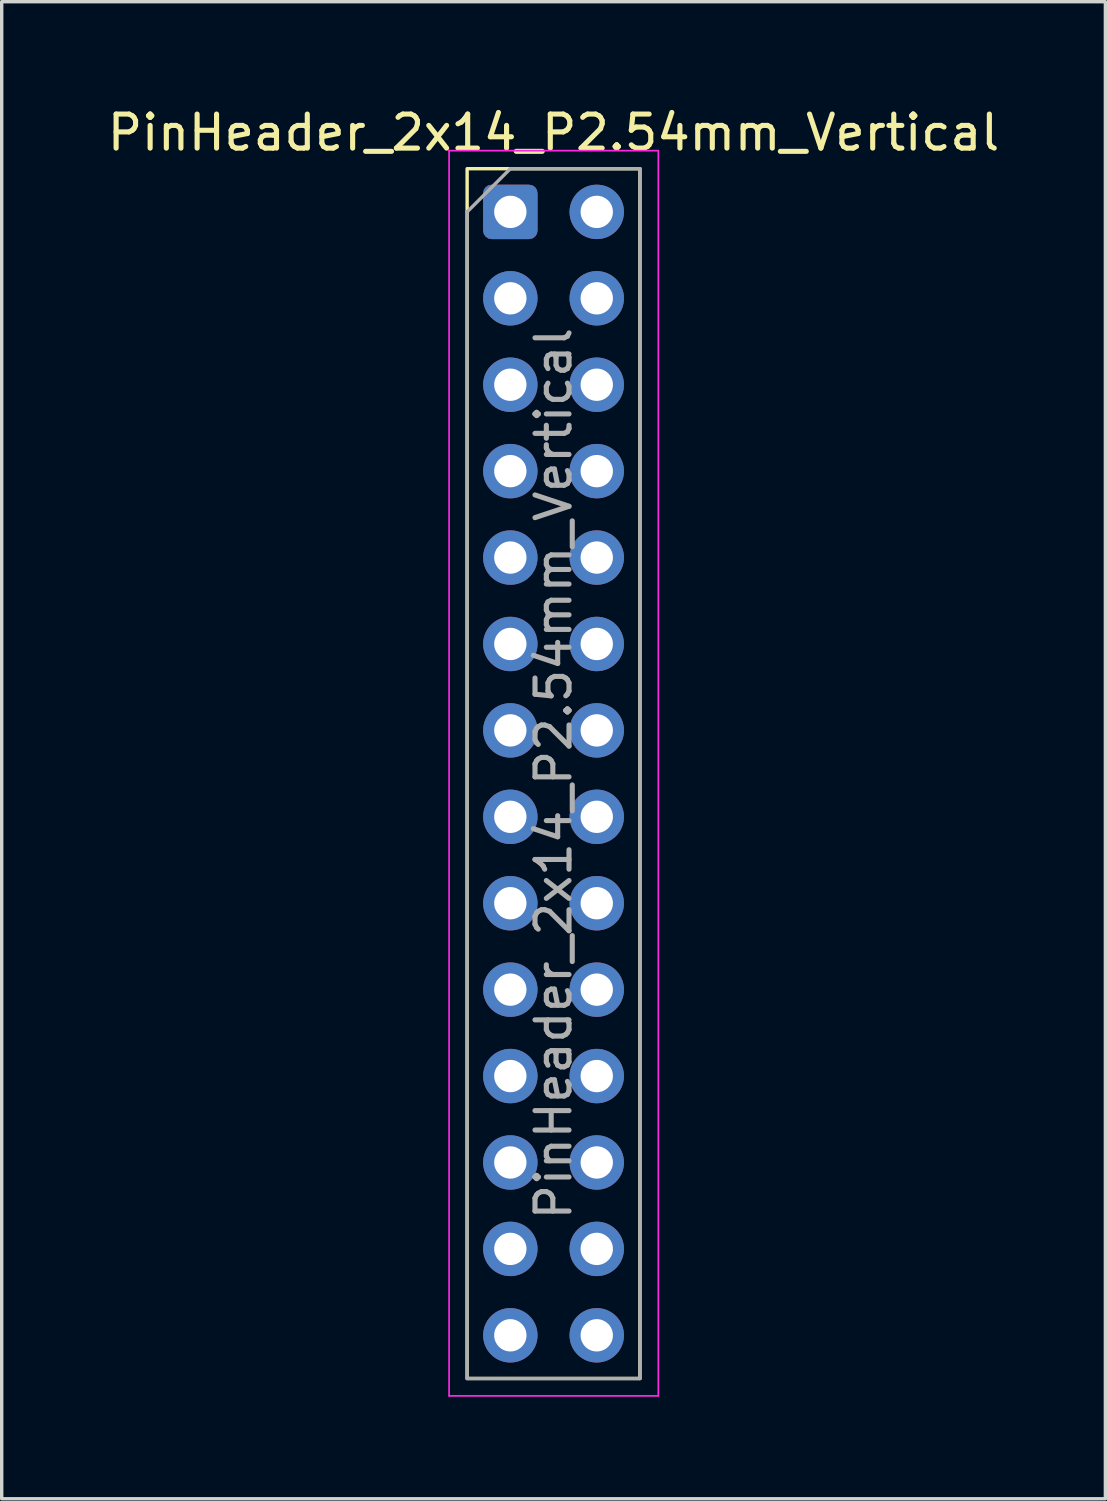
<source format=kicad_pcb>
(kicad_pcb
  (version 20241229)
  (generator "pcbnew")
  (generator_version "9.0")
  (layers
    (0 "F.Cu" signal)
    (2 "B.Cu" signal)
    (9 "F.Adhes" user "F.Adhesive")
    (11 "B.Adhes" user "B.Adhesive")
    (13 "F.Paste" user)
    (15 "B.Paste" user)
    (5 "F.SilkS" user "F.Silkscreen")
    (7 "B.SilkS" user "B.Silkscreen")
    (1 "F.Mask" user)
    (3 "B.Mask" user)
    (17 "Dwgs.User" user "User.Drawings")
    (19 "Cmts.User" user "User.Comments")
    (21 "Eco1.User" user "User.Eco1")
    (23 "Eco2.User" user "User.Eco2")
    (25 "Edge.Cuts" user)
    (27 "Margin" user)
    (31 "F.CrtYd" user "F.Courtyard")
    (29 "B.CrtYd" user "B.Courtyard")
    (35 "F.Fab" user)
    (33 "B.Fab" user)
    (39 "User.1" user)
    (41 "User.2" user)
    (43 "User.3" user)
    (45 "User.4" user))
  (footprint "PinHeader_2x14_P2.54mm_Vertical"
    (layer "F.Cu")
    (at 11.95 3.178)
    (property "Reference" "PinHeader_2x14_P2.54mm_Vertical" (at 1.27 -2.33 0) (layer "F.SilkS") (effects (font (size 1 1) (thickness 0.15))))
    (attr through_hole)
    (fp_rect (start -1.27 -1.27) (end 3.81 34.29) (stroke (width 0.1) (type default)) (fill no) (layer "F.SilkS"))
    (fp_line (start -1.8 -1.8) (end -1.8 34.8) (stroke (width 0.05) (type solid)) (layer "F.CrtYd"))
    (fp_line (start -1.8 34.8) (end 4.35 34.8) (stroke (width 0.05) (type solid)) (layer "F.CrtYd"))
    (fp_line (start 4.35 -1.8) (end -1.8 -1.8) (stroke (width 0.05) (type solid)) (layer "F.CrtYd"))
    (fp_line (start 4.35 34.8) (end 4.35 -1.8) (stroke (width 0.05) (type solid)) (layer "F.CrtYd"))
    (fp_line (start -1.27 0) (end 0 -1.27) (stroke (width 0.1) (type solid)) (layer "F.Fab"))
    (fp_line (start -1.27 34.29) (end -1.27 0) (stroke (width 0.1) (type solid)) (layer "F.Fab"))
    (fp_line (start 0 -1.27) (end 3.81 -1.27) (stroke (width 0.1) (type solid)) (layer "F.Fab"))
    (fp_line (start 3.81 -1.27) (end 3.81 34.29) (stroke (width 0.1) (type solid)) (layer "F.Fab"))
    (fp_line (start 3.81 34.29) (end -1.27 34.29) (stroke (width 0.1) (type solid)) (layer "F.Fab"))
    (fp_text user "${REFERENCE}" (at 1.27 16.51 90) (layer "F.Fab") (effects (font (size 1 1) (thickness 0.15))))
    (pad "1" thru_hole roundrect (at 0 0) (size 1.6 1.6) (drill 0.95) (layers "*.Cu" "*.Mask") (roundrect_rratio 0.156))
    (pad "2" thru_hole oval (at 2.54 0) (size 1.6 1.6) (drill 0.95) (layers "*.Cu" "*.Mask"))
    (pad "3" thru_hole oval (at 0 2.54) (size 1.6 1.6) (drill 0.95) (layers "*.Cu" "*.Mask"))
    (pad "4" thru_hole oval (at 2.54 2.54) (size 1.6 1.6) (drill 0.95) (layers "*.Cu" "*.Mask"))
    (pad "5" thru_hole oval (at 0 5.08) (size 1.6 1.6) (drill 0.95) (layers "*.Cu" "*.Mask"))
    (pad "6" thru_hole oval (at 2.54 5.08) (size 1.6 1.6) (drill 0.95) (layers "*.Cu" "*.Mask"))
    (pad "7" thru_hole oval (at 0 7.62) (size 1.6 1.6) (drill 0.95) (layers "*.Cu" "*.Mask"))
    (pad "8" thru_hole oval (at 2.54 7.62) (size 1.6 1.6) (drill 0.95) (layers "*.Cu" "*.Mask"))
    (pad "9" thru_hole oval (at 0 10.16) (size 1.6 1.6) (drill 0.95) (layers "*.Cu" "*.Mask"))
    (pad "10" thru_hole oval (at 2.54 10.16) (size 1.6 1.6) (drill 0.95) (layers "*.Cu" "*.Mask"))
    (pad "11" thru_hole oval (at 0 12.7) (size 1.6 1.6) (drill 0.95) (layers "*.Cu" "*.Mask"))
    (pad "12" thru_hole oval (at 2.54 12.7) (size 1.6 1.6) (drill 0.95) (layers "*.Cu" "*.Mask"))
    (pad "13" thru_hole oval (at 0 15.24) (size 1.6 1.6) (drill 0.95) (layers "*.Cu" "*.Mask"))
    (pad "14" thru_hole oval (at 2.54 15.24) (size 1.6 1.6) (drill 0.95) (layers "*.Cu" "*.Mask"))
    (pad "15" thru_hole oval (at 0 17.78) (size 1.6 1.6) (drill 0.95) (layers "*.Cu" "*.Mask"))
    (pad "16" thru_hole oval (at 2.54 17.78) (size 1.6 1.6) (drill 0.95) (layers "*.Cu" "*.Mask"))
    (pad "17" thru_hole oval (at 0 20.32) (size 1.6 1.6) (drill 0.95) (layers "*.Cu" "*.Mask"))
    (pad "18" thru_hole oval (at 2.54 20.32) (size 1.6 1.6) (drill 0.95) (layers "*.Cu" "*.Mask"))
    (pad "19" thru_hole oval (at 0 22.86) (size 1.6 1.6) (drill 0.95) (layers "*.Cu" "*.Mask"))
    (pad "20" thru_hole oval (at 2.54 22.86) (size 1.6 1.6) (drill 0.95) (layers "*.Cu" "*.Mask"))
    (pad "21" thru_hole oval (at 0 25.4) (size 1.6 1.6) (drill 0.95) (layers "*.Cu" "*.Mask"))
    (pad "22" thru_hole oval (at 2.54 25.4) (size 1.6 1.6) (drill 0.95) (layers "*.Cu" "*.Mask"))
    (pad "23" thru_hole oval (at 0 27.94) (size 1.6 1.6) (drill 0.95) (layers "*.Cu" "*.Mask"))
    (pad "24" thru_hole oval (at 2.54 27.94) (size 1.6 1.6) (drill 0.95) (layers "*.Cu" "*.Mask"))
    (pad "25" thru_hole oval (at 0 30.48) (size 1.6 1.6) (drill 0.95) (layers "*.Cu" "*.Mask"))
    (pad "26" thru_hole oval (at 2.54 30.48) (size 1.6 1.6) (drill 0.95) (layers "*.Cu" "*.Mask"))
    (pad "27" thru_hole oval (at 0 33.02) (size 1.6 1.6) (drill 0.95) (layers "*.Cu" "*.Mask"))
    (pad "28" thru_hole oval (at 2.54 33.02) (size 1.6 1.6) (drill 0.95) (layers "*.Cu" "*.Mask")))
  (gr_rect
    (start -3 -3)
    (end 29.44 41.003)
    (stroke (width 0.1) (type default))
    (fill no)
    (layer "Edge.Cuts")))
</source>
